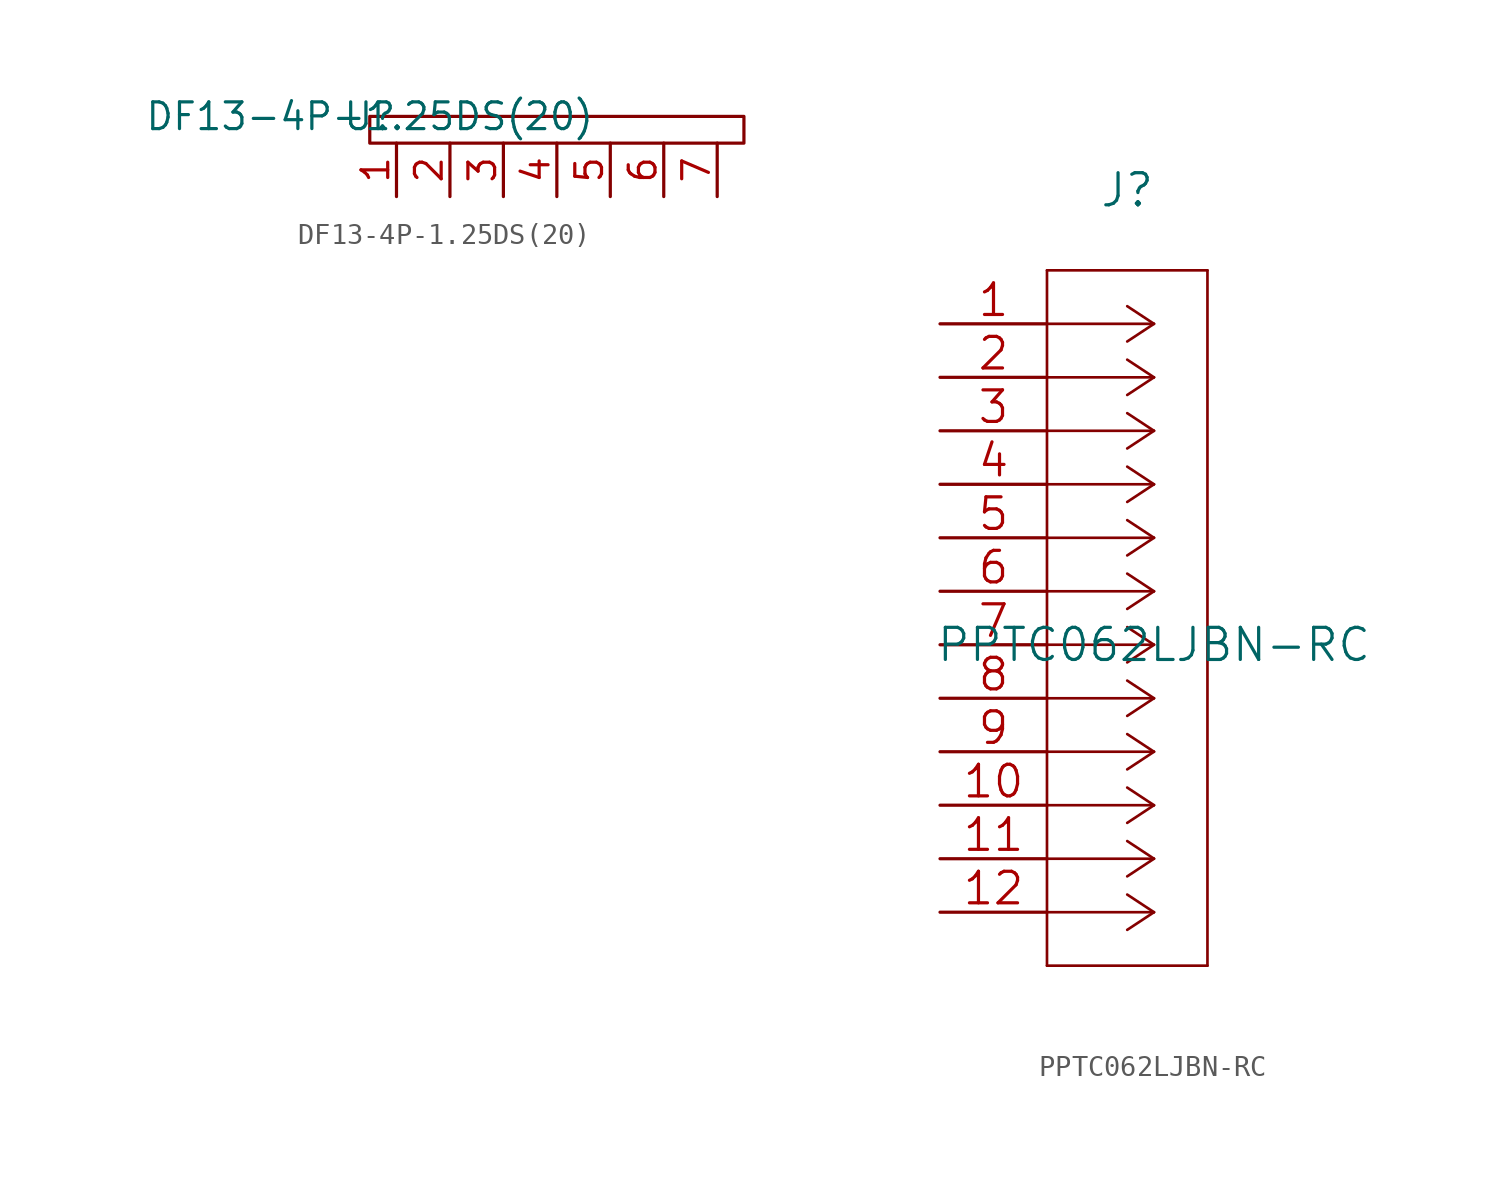
<source format=kicad_sym>
(kicad_symbol_lib
  (version 20211014)
  (generator kicad_symbol_editor)
  (symbol "DF13-4P-1.25DS(20)"
    (property "Reference" "U"
      (at 0 0 0)
      (effects (font (size 1.27 1.27))))
    (property "Value" "DF13-4P-1.25DS(20)"
      (at 0 0 0)
      (effects (font (size 1.27 1.27))))
    (symbol "DF13-4P-1.25DS(20)_0_1"
      (rectangle (start 0 0) (end 17.78 -1.27) (stroke (width 0) (type default) (color 0 0 0 0)) (fill (type none))))
    (symbol "DF13-4P-1.25DS(20)_1_1"
      (pin input line (at 1.27 -3.81 90) (length 2.54) (name "" (effects (font (size 1.27 1.27)))) (number "1" (effects (font (size 1.27 1.27)))))
      (pin input line (at 3.81 -3.81 90) (length 2.54) (name "" (effects (font (size 1.27 1.27)))) (number "2" (effects (font (size 1.27 1.27)))))
      (pin input line (at 6.35 -3.81 90) (length 2.54) (name "" (effects (font (size 1.27 1.27)))) (number "3" (effects (font (size 1.27 1.27)))))
      (pin input line (at 8.89 -3.81 90) (length 2.54) (name "" (effects (font (size 1.27 1.27)))) (number "4" (effects (font (size 1.27 1.27)))))
      (pin input line (at 11.43 -3.81 90) (length 2.54) (name "" (effects (font (size 1.27 1.27)))) (number "5" (effects (font (size 1.27 1.27)))))
      (pin input line (at 13.97 -3.81 90) (length 2.54) (name "" (effects (font (size 1.27 1.27)))) (number "6" (effects (font (size 1.27 1.27)))))
      (pin input line (at 16.51 -3.81 90) (length 2.54) (name "" (effects (font (size 1.27 1.27)))) (number "7" (effects (font (size 1.27 1.27)))))))
  (symbol "PPTC062LJBN-RC"
    (pin_names
      (offset 0.254) hide)
    (property "Reference" "J"
      (at 8.89 6.35 0)
      (effects (font (size 1.524 1.524))))
    (property "Value" "PPTC062LJBN-RC"
      (at 10.16 -15.24 0)
      (effects (font (size 1.524 1.524))))
    (property "Datasheet" ""
      (at 0 0 0)
      (effects (font (size 1.524 1.524))))
    (property "ki_locked" ""
      (at 0 0 0)
      (effects (font (size 1.27 1.27))))
    (symbol "PPTC062LJBN-RC_1_1"
      (polyline (pts (xy 5.08 -30.48) (xy 12.7 -30.48)) (stroke (width 0.127) (type default) (color 0 0 0 0)) (fill (type none)))
      (polyline (pts (xy 5.08 2.54) (xy 5.08 -30.48)) (stroke (width 0.127) (type default) (color 0 0 0 0)) (fill (type none)))
      (polyline (pts (xy 10.16 -27.94) (xy 5.08 -27.94)) (stroke (width 0.127) (type default) (color 0 0 0 0)) (fill (type none)))
      (polyline (pts (xy 10.16 -27.94) (xy 8.89 -28.778)) (stroke (width 0.127) (type default) (color 0 0 0 0)) (fill (type none)))
      (polyline (pts (xy 10.16 -27.94) (xy 8.89 -27.102)) (stroke (width 0.127) (type default) (color 0 0 0 0)) (fill (type none)))
      (polyline (pts (xy 10.16 -25.4) (xy 5.08 -25.4)) (stroke (width 0.127) (type default) (color 0 0 0 0)) (fill (type none)))
      (polyline (pts (xy 10.16 -25.4) (xy 8.89 -26.238)) (stroke (width 0.127) (type default) (color 0 0 0 0)) (fill (type none)))
      (polyline (pts (xy 10.16 -25.4) (xy 8.89 -24.562)) (stroke (width 0.127) (type default) (color 0 0 0 0)) (fill (type none)))
      (polyline (pts (xy 10.16 -22.86) (xy 5.08 -22.86)) (stroke (width 0.127) (type default) (color 0 0 0 0)) (fill (type none)))
      (polyline (pts (xy 10.16 -22.86) (xy 8.89 -23.698)) (stroke (width 0.127) (type default) (color 0 0 0 0)) (fill (type none)))
      (polyline (pts (xy 10.16 -22.86) (xy 8.89 -22.022)) (stroke (width 0.127) (type default) (color 0 0 0 0)) (fill (type none)))
      (polyline (pts (xy 10.16 -20.32) (xy 5.08 -20.32)) (stroke (width 0.127) (type default) (color 0 0 0 0)) (fill (type none)))
      (polyline (pts (xy 10.16 -20.32) (xy 8.89 -21.158)) (stroke (width 0.127) (type default) (color 0 0 0 0)) (fill (type none)))
      (polyline (pts (xy 10.16 -20.32) (xy 8.89 -19.482)) (stroke (width 0.127) (type default) (color 0 0 0 0)) (fill (type none)))
      (polyline (pts (xy 10.16 -17.78) (xy 5.08 -17.78)) (stroke (width 0.127) (type default) (color 0 0 0 0)) (fill (type none)))
      (polyline (pts (xy 10.16 -17.78) (xy 8.89 -18.618)) (stroke (width 0.127) (type default) (color 0 0 0 0)) (fill (type none)))
      (polyline (pts (xy 10.16 -17.78) (xy 8.89 -16.942)) (stroke (width 0.127) (type default) (color 0 0 0 0)) (fill (type none)))
      (polyline (pts (xy 10.16 -15.24) (xy 5.08 -15.24)) (stroke (width 0.127) (type default) (color 0 0 0 0)) (fill (type none)))
      (polyline (pts (xy 10.16 -15.24) (xy 8.89 -16.078)) (stroke (width 0.127) (type default) (color 0 0 0 0)) (fill (type none)))
      (polyline (pts (xy 10.16 -15.24) (xy 8.89 -14.402)) (stroke (width 0.127) (type default) (color 0 0 0 0)) (fill (type none)))
      (polyline (pts (xy 10.16 -12.7) (xy 5.08 -12.7)) (stroke (width 0.127) (type default) (color 0 0 0 0)) (fill (type none)))
      (polyline (pts (xy 10.16 -12.7) (xy 8.89 -13.538)) (stroke (width 0.127) (type default) (color 0 0 0 0)) (fill (type none)))
      (polyline (pts (xy 10.16 -12.7) (xy 8.89 -11.862)) (stroke (width 0.127) (type default) (color 0 0 0 0)) (fill (type none)))
      (polyline (pts (xy 10.16 -10.16) (xy 5.08 -10.16)) (stroke (width 0.127) (type default) (color 0 0 0 0)) (fill (type none)))
      (polyline (pts (xy 10.16 -10.16) (xy 8.89 -10.998)) (stroke (width 0.127) (type default) (color 0 0 0 0)) (fill (type none)))
      (polyline (pts (xy 10.16 -10.16) (xy 8.89 -9.322)) (stroke (width 0.127) (type default) (color 0 0 0 0)) (fill (type none)))
      (polyline (pts (xy 10.16 -7.62) (xy 5.08 -7.62)) (stroke (width 0.127) (type default) (color 0 0 0 0)) (fill (type none)))
      (polyline (pts (xy 10.16 -7.62) (xy 8.89 -8.458)) (stroke (width 0.127) (type default) (color 0 0 0 0)) (fill (type none)))
      (polyline (pts (xy 10.16 -7.62) (xy 8.89 -6.782)) (stroke (width 0.127) (type default) (color 0 0 0 0)) (fill (type none)))
      (polyline (pts (xy 10.16 -5.08) (xy 5.08 -5.08)) (stroke (width 0.127) (type default) (color 0 0 0 0)) (fill (type none)))
      (polyline (pts (xy 10.16 -5.08) (xy 8.89 -5.918)) (stroke (width 0.127) (type default) (color 0 0 0 0)) (fill (type none)))
      (polyline (pts (xy 10.16 -5.08) (xy 8.89 -4.242)) (stroke (width 0.127) (type default) (color 0 0 0 0)) (fill (type none)))
      (polyline (pts (xy 10.16 -2.54) (xy 5.08 -2.54)) (stroke (width 0.127) (type default) (color 0 0 0 0)) (fill (type none)))
      (polyline (pts (xy 10.16 -2.54) (xy 8.89 -3.378)) (stroke (width 0.127) (type default) (color 0 0 0 0)) (fill (type none)))
      (polyline (pts (xy 10.16 -2.54) (xy 8.89 -1.702)) (stroke (width 0.127) (type default) (color 0 0 0 0)) (fill (type none)))
      (polyline (pts (xy 10.16 0) (xy 5.08 0)) (stroke (width 0.127) (type default) (color 0 0 0 0)) (fill (type none)))
      (polyline (pts (xy 10.16 0) (xy 8.89 -0.838)) (stroke (width 0.127) (type default) (color 0 0 0 0)) (fill (type none)))
      (polyline (pts (xy 10.16 0) (xy 8.89 0.838)) (stroke (width 0.127) (type default) (color 0 0 0 0)) (fill (type none)))
      (polyline (pts (xy 12.7 -30.48) (xy 12.7 2.54)) (stroke (width 0.127) (type default) (color 0 0 0 0)) (fill (type none)))
      (polyline (pts (xy 12.7 2.54) (xy 5.08 2.54)) (stroke (width 0.127) (type default) (color 0 0 0 0)) (fill (type none)))
      (pin unspecified line (at 0 0 0) (length 5.08) (name "1" (effects (font (size 1.499 1.499)))) (number "1" (effects (font (size 1.499 1.499)))))
      (pin unspecified line (at 0 -22.86 0) (length 5.08) (name "10" (effects (font (size 1.499 1.499)))) (number "10" (effects (font (size 1.499 1.499)))))
      (pin unspecified line (at 0 -25.4 0) (length 5.08) (name "11" (effects (font (size 1.499 1.499)))) (number "11" (effects (font (size 1.499 1.499)))))
      (pin unspecified line (at 0 -27.94 0) (length 5.08) (name "12" (effects (font (size 1.499 1.499)))) (number "12" (effects (font (size 1.499 1.499)))))
      (pin unspecified line (at 0 -2.54 0) (length 5.08) (name "2" (effects (font (size 1.499 1.499)))) (number "2" (effects (font (size 1.499 1.499)))))
      (pin unspecified line (at 0 -5.08 0) (length 5.08) (name "3" (effects (font (size 1.499 1.499)))) (number "3" (effects (font (size 1.499 1.499)))))
      (pin unspecified line (at 0 -7.62 0) (length 5.08) (name "4" (effects (font (size 1.499 1.499)))) (number "4" (effects (font (size 1.499 1.499)))))
      (pin unspecified line (at 0 -10.16 0) (length 5.08) (name "5" (effects (font (size 1.499 1.499)))) (number "5" (effects (font (size 1.499 1.499)))))
      (pin unspecified line (at 0 -12.7 0) (length 5.08) (name "6" (effects (font (size 1.499 1.499)))) (number "6" (effects (font (size 1.499 1.499)))))
      (pin unspecified line (at 0 -15.24 0) (length 5.08) (name "7" (effects (font (size 1.499 1.499)))) (number "7" (effects (font (size 1.499 1.499)))))
      (pin unspecified line (at 0 -17.78 0) (length 5.08) (name "8" (effects (font (size 1.499 1.499)))) (number "8" (effects (font (size 1.499 1.499)))))
      (pin unspecified line (at 0 -20.32 0) (length 5.08) (name "9" (effects (font (size 1.499 1.499)))) (number "9" (effects (font (size 1.499 1.499))))))))
</source>
